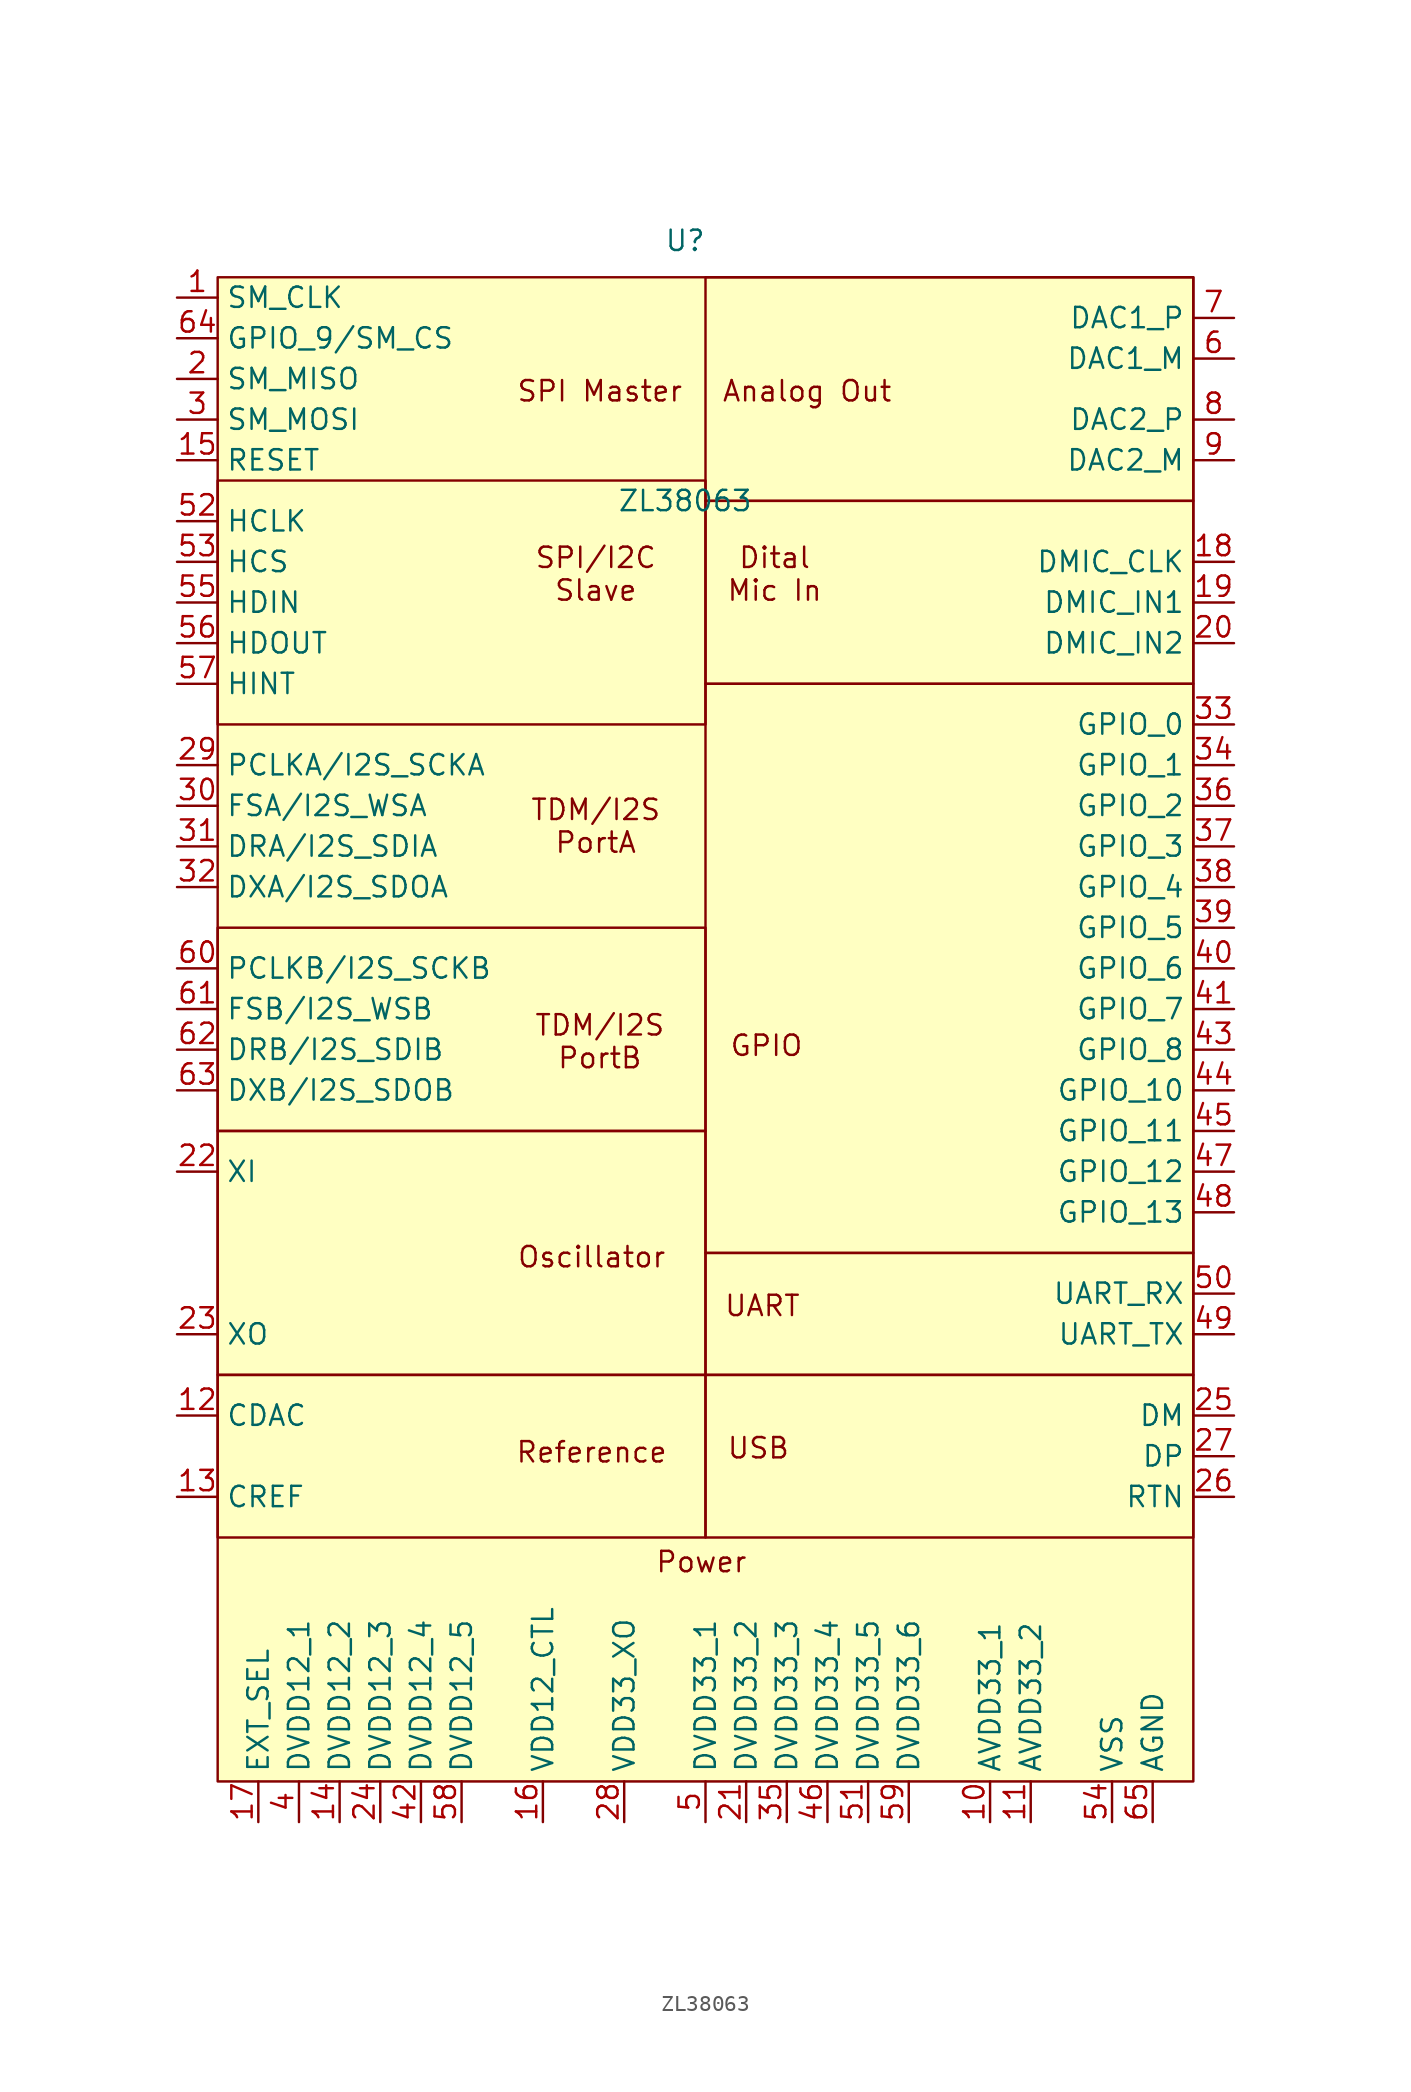
<source format=kicad_sym>
(kicad_symbol_lib
  (version 20231120)
  (generator "kicad_symbol_editor")
  (generator_version "8.0")
  (symbol "ZL38063"
    (property "Reference" "U"
      (at -1.27 36.576 0)
      (effects (font (size 1.27 1.27))))
    (property "Value" "ZL38063"
      (at -1.27 20.32 0)
      (effects (font (size 1.27 1.27))))
    (symbol "ZL38063_1_1"
      (rectangle (start -30.48 -19.05) (end 0 -34.29) (stroke (width 0) (type default)) (fill (type none)))
      (rectangle (start -30.48 -6.35) (end 0 -19.05) (stroke (width 0) (type default)) (fill (type none)))
      (rectangle (start -30.48 21.59) (end 0 6.35) (stroke (width 0) (type default)) (fill (type none)))
      (rectangle (start -30.48 34.29) (end 30.48 -59.69) (stroke (width 0) (type default)) (fill (type background)))
      (rectangle (start 0 -44.45) (end -30.48 -34.29) (stroke (width 0) (type default)) (fill (type none)))
      (rectangle (start 0 -34.29) (end 30.48 -44.45) (stroke (width 0) (type default)) (fill (type none)))
      (rectangle (start 0 -26.67) (end 30.48 -34.29) (stroke (width 0) (type default)) (fill (type none)))
      (rectangle (start 0 8.89) (end 30.48 -26.67) (stroke (width 0) (type default)) (fill (type none)))
      (rectangle (start 0 20.32) (end 30.48 8.89) (stroke (width 0) (type default)) (fill (type none)))
      (rectangle (start 0 34.29) (end 30.48 20.32) (stroke (width 0) (type default)) (fill (type none)))
      (text "Analog Out" (at 6.35 27.178 0) (effects (font (size 1.27 1.27))))
      (text "Dital\nMic In" (at 4.318 15.748 0) (effects (font (size 1.27 1.27))))
      (text "GPIO" (at 3.81 -13.716 0) (effects (font (size 1.27 1.27))))
      (text "Oscillator" (at -7.112 -26.924 0) (effects (font (size 1.27 1.27))))
      (text "Power" (at -0.254 -45.974 0) (effects (font (size 1.27 1.27))))
      (text "Reference" (at -7.112 -39.116 0) (effects (font (size 1.27 1.27))))
      (text "SPI Master" (at -6.604 27.178 0) (effects (font (size 1.27 1.27))))
      (text "SPI/I2C\nSlave" (at -6.858 15.748 0) (effects (font (size 1.27 1.27))))
      (text "TDM/I2S\nPortA" (at -6.858 0 0) (effects (font (size 1.27 1.27))))
      (text "TDM/I2S\nPortB" (at -6.604 -13.462 0) (effects (font (size 1.27 1.27))))
      (text "UART" (at 3.556 -29.972 0) (effects (font (size 1.27 1.27))))
      (text "USB" (at 3.302 -38.862 0) (effects (font (size 1.27 1.27))))
      (pin input line (at -33.02 33.02 0) (length 2.54) (name "SM_CLK" (effects (font (size 1.27 1.27)))) (number "1" (effects (font (size 1.27 1.27)))))
      (pin power_in line (at 17.78 -62.23 90) (length 2.54) (name "AVDD33_1" (effects (font (size 1.27 1.27)))) (number "10" (effects (font (size 1.27 1.27)))))
      (pin power_in line (at 20.32 -62.23 90) (length 2.54) (name "AVDD33_2" (effects (font (size 1.27 1.27)))) (number "11" (effects (font (size 1.27 1.27)))))
      (pin unspecified line (at -33.02 -36.83 0) (length 2.54) (name "CDAC" (effects (font (size 1.27 1.27)))) (number "12" (effects (font (size 1.27 1.27)))))
      (pin unspecified line (at -33.02 -41.91 0) (length 2.54) (name "CREF" (effects (font (size 1.27 1.27)))) (number "13" (effects (font (size 1.27 1.27)))))
      (pin power_in line (at -22.86 -62.23 90) (length 2.54) (name "DVDD12_2" (effects (font (size 1.27 1.27)))) (number "14" (effects (font (size 1.27 1.27)))))
      (pin unspecified line (at -33.02 22.86 0) (length 2.54) (name "RESET" (effects (font (size 1.27 1.27)))) (number "15" (effects (font (size 1.27 1.27)))))
      (pin output line (at -10.16 -62.23 90) (length 2.54) (name "VDD12_CTL" (effects (font (size 1.27 1.27)))) (number "16" (effects (font (size 1.27 1.27)))))
      (pin input line (at -27.94 -62.23 90) (length 2.54) (name "EXT_SEL" (effects (font (size 1.27 1.27)))) (number "17" (effects (font (size 1.27 1.27)))))
      (pin output line (at 33.02 16.51 180) (length 2.54) (name "DMIC_CLK" (effects (font (size 1.27 1.27)))) (number "18" (effects (font (size 1.27 1.27)))))
      (pin input line (at 33.02 13.97 180) (length 2.54) (name "DMIC_IN1" (effects (font (size 1.27 1.27)))) (number "19" (effects (font (size 1.27 1.27)))))
      (pin input line (at -33.02 27.94 0) (length 2.54) (name "SM_MISO" (effects (font (size 1.27 1.27)))) (number "2" (effects (font (size 1.27 1.27)))))
      (pin input line (at 33.02 11.43 180) (length 2.54) (name "DMIC_IN2" (effects (font (size 1.27 1.27)))) (number "20" (effects (font (size 1.27 1.27)))))
      (pin power_in line (at 2.54 -62.23 90) (length 2.54) (name "DVDD33_2" (effects (font (size 1.27 1.27)))) (number "21" (effects (font (size 1.27 1.27)))))
      (pin input line (at -33.02 -21.59 0) (length 2.54) (name "XI" (effects (font (size 1.27 1.27)))) (number "22" (effects (font (size 1.27 1.27)))))
      (pin output line (at -33.02 -31.75 0) (length 2.54) (name "XO" (effects (font (size 1.27 1.27)))) (number "23" (effects (font (size 1.27 1.27)))))
      (pin power_in line (at -20.32 -62.23 90) (length 2.54) (name "DVDD12_3" (effects (font (size 1.27 1.27)))) (number "24" (effects (font (size 1.27 1.27)))))
      (pin bidirectional line (at 33.02 -36.83 180) (length 2.54) (name "DM" (effects (font (size 1.27 1.27)))) (number "25" (effects (font (size 1.27 1.27)))))
      (pin unspecified line (at 33.02 -41.91 180) (length 2.54) (name "RTN" (effects (font (size 1.27 1.27)))) (number "26" (effects (font (size 1.27 1.27)))))
      (pin bidirectional line (at 33.02 -39.37 180) (length 2.54) (name "DP" (effects (font (size 1.27 1.27)))) (number "27" (effects (font (size 1.27 1.27)))))
      (pin power_in line (at -5.08 -62.23 90) (length 2.54) (name "VDD33_XO" (effects (font (size 1.27 1.27)))) (number "28" (effects (font (size 1.27 1.27)))))
      (pin unspecified line (at -33.02 3.81 0) (length 2.54) (name "PCLKA/I2S_SCKA" (effects (font (size 1.27 1.27)))) (number "29" (effects (font (size 1.27 1.27)))))
      (pin output line (at -33.02 25.4 0) (length 2.54) (name "SM_MOSI" (effects (font (size 1.27 1.27)))) (number "3" (effects (font (size 1.27 1.27)))))
      (pin unspecified line (at -33.02 1.27 0) (length 2.54) (name "FSA/I2S_WSA" (effects (font (size 1.27 1.27)))) (number "30" (effects (font (size 1.27 1.27)))))
      (pin input line (at -33.02 -1.27 0) (length 2.54) (name "DRA/I2S_SDIA" (effects (font (size 1.27 1.27)))) (number "31" (effects (font (size 1.27 1.27)))))
      (pin output line (at -33.02 -3.81 0) (length 2.54) (name "DXA/I2S_SDOA" (effects (font (size 1.27 1.27)))) (number "32" (effects (font (size 1.27 1.27)))))
      (pin bidirectional line (at 33.02 6.35 180) (length 2.54) (name "GPIO_0" (effects (font (size 1.27 1.27)))) (number "33" (effects (font (size 1.27 1.27)))))
      (pin bidirectional line (at 33.02 3.81 180) (length 2.54) (name "GPIO_1" (effects (font (size 1.27 1.27)))) (number "34" (effects (font (size 1.27 1.27)))))
      (pin power_in line (at 5.08 -62.23 90) (length 2.54) (name "DVDD33_3" (effects (font (size 1.27 1.27)))) (number "35" (effects (font (size 1.27 1.27)))))
      (pin bidirectional line (at 33.02 1.27 180) (length 2.54) (name "GPIO_2" (effects (font (size 1.27 1.27)))) (number "36" (effects (font (size 1.27 1.27)))))
      (pin bidirectional line (at 33.02 -1.27 180) (length 2.54) (name "GPIO_3" (effects (font (size 1.27 1.27)))) (number "37" (effects (font (size 1.27 1.27)))))
      (pin bidirectional line (at 33.02 -3.81 180) (length 2.54) (name "GPIO_4" (effects (font (size 1.27 1.27)))) (number "38" (effects (font (size 1.27 1.27)))))
      (pin bidirectional line (at 33.02 -6.35 180) (length 2.54) (name "GPIO_5" (effects (font (size 1.27 1.27)))) (number "39" (effects (font (size 1.27 1.27)))))
      (pin power_in line (at -25.4 -62.23 90) (length 2.54) (name "DVDD12_1" (effects (font (size 1.27 1.27)))) (number "4" (effects (font (size 1.27 1.27)))))
      (pin bidirectional line (at 33.02 -8.89 180) (length 2.54) (name "GPIO_6" (effects (font (size 1.27 1.27)))) (number "40" (effects (font (size 1.27 1.27)))))
      (pin bidirectional line (at 33.02 -11.43 180) (length 2.54) (name "GPIO_7" (effects (font (size 1.27 1.27)))) (number "41" (effects (font (size 1.27 1.27)))))
      (pin power_in line (at -17.78 -62.23 90) (length 2.54) (name "DVDD12_4" (effects (font (size 1.27 1.27)))) (number "42" (effects (font (size 1.27 1.27)))))
      (pin bidirectional line (at 33.02 -13.97 180) (length 2.54) (name "GPIO_8" (effects (font (size 1.27 1.27)))) (number "43" (effects (font (size 1.27 1.27)))))
      (pin bidirectional line (at 33.02 -16.51 180) (length 2.54) (name "GPIO_10" (effects (font (size 1.27 1.27)))) (number "44" (effects (font (size 1.27 1.27)))))
      (pin bidirectional line (at 33.02 -19.05 180) (length 2.54) (name "GPIO_11" (effects (font (size 1.27 1.27)))) (number "45" (effects (font (size 1.27 1.27)))))
      (pin power_in line (at 7.62 -62.23 90) (length 2.54) (name "DVDD33_4" (effects (font (size 1.27 1.27)))) (number "46" (effects (font (size 1.27 1.27)))))
      (pin bidirectional line (at 33.02 -21.59 180) (length 2.54) (name "GPIO_12" (effects (font (size 1.27 1.27)))) (number "47" (effects (font (size 1.27 1.27)))))
      (pin bidirectional line (at 33.02 -24.13 180) (length 2.54) (name "GPIO_13" (effects (font (size 1.27 1.27)))) (number "48" (effects (font (size 1.27 1.27)))))
      (pin output line (at 33.02 -31.75 180) (length 2.54) (name "UART_TX" (effects (font (size 1.27 1.27)))) (number "49" (effects (font (size 1.27 1.27)))))
      (pin power_in line (at 0 -62.23 90) (length 2.54) (name "DVDD33_1" (effects (font (size 1.27 1.27)))) (number "5" (effects (font (size 1.27 1.27)))))
      (pin input line (at 33.02 -29.21 180) (length 2.54) (name "UART_RX" (effects (font (size 1.27 1.27)))) (number "50" (effects (font (size 1.27 1.27)))))
      (pin power_in line (at 10.16 -62.23 90) (length 2.54) (name "DVDD33_5" (effects (font (size 1.27 1.27)))) (number "51" (effects (font (size 1.27 1.27)))))
      (pin input line (at -33.02 19.05 0) (length 2.54) (name "HCLK" (effects (font (size 1.27 1.27)))) (number "52" (effects (font (size 1.27 1.27)))))
      (pin input line (at -33.02 16.51 0) (length 2.54) (name "HCS" (effects (font (size 1.27 1.27)))) (number "53" (effects (font (size 1.27 1.27)))))
      (pin power_in line (at 25.4 -62.23 90) (length 2.54) (name "VSS" (effects (font (size 1.27 1.27)))) (number "54" (effects (font (size 1.27 1.27)))))
      (pin input line (at -33.02 13.97 0) (length 2.54) (name "HDIN" (effects (font (size 1.27 1.27)))) (number "55" (effects (font (size 1.27 1.27)))))
      (pin output line (at -33.02 11.43 0) (length 2.54) (name "HDOUT" (effects (font (size 1.27 1.27)))) (number "56" (effects (font (size 1.27 1.27)))))
      (pin unspecified line (at -33.02 8.89 0) (length 2.54) (name "HINT" (effects (font (size 1.27 1.27)))) (number "57" (effects (font (size 1.27 1.27)))))
      (pin power_in line (at -15.24 -62.23 90) (length 2.54) (name "DVDD12_5" (effects (font (size 1.27 1.27)))) (number "58" (effects (font (size 1.27 1.27)))))
      (pin power_in line (at 12.7 -62.23 90) (length 2.54) (name "DVDD33_6" (effects (font (size 1.27 1.27)))) (number "59" (effects (font (size 1.27 1.27)))))
      (pin unspecified line (at 33.02 29.21 180) (length 2.54) (name "DAC1_M" (effects (font (size 1.27 1.27)))) (number "6" (effects (font (size 1.27 1.27)))))
      (pin unspecified line (at -33.02 -8.89 0) (length 2.54) (name "PCLKB/I2S_SCKB" (effects (font (size 1.27 1.27)))) (number "60" (effects (font (size 1.27 1.27)))))
      (pin unspecified line (at -33.02 -11.43 0) (length 2.54) (name "FSB/I2S_WSB" (effects (font (size 1.27 1.27)))) (number "61" (effects (font (size 1.27 1.27)))))
      (pin input line (at -33.02 -13.97 0) (length 2.54) (name "DRB/I2S_SDIB" (effects (font (size 1.27 1.27)))) (number "62" (effects (font (size 1.27 1.27)))))
      (pin output line (at -33.02 -16.51 0) (length 2.54) (name "DXB/I2S_SDOB" (effects (font (size 1.27 1.27)))) (number "63" (effects (font (size 1.27 1.27)))))
      (pin bidirectional line (at -33.02 30.48 0) (length 2.54) (name "GPIO_9/SM_CS" (effects (font (size 1.27 1.27)))) (number "64" (effects (font (size 1.27 1.27)))))
      (pin power_in line (at 27.94 -62.23 90) (length 2.54) (name "AGND" (effects (font (size 1.27 1.27)))) (number "65" (effects (font (size 1.27 1.27)))))
      (pin unspecified line (at 33.02 31.75 180) (length 2.54) (name "DAC1_P" (effects (font (size 1.27 1.27)))) (number "7" (effects (font (size 1.27 1.27)))))
      (pin unspecified line (at 33.02 25.4 180) (length 2.54) (name "DAC2_P" (effects (font (size 1.27 1.27)))) (number "8" (effects (font (size 1.27 1.27)))))
      (pin unspecified line (at 33.02 22.86 180) (length 2.54) (name "DAC2_M" (effects (font (size 1.27 1.27)))) (number "9" (effects (font (size 1.27 1.27))))))))
</source>
